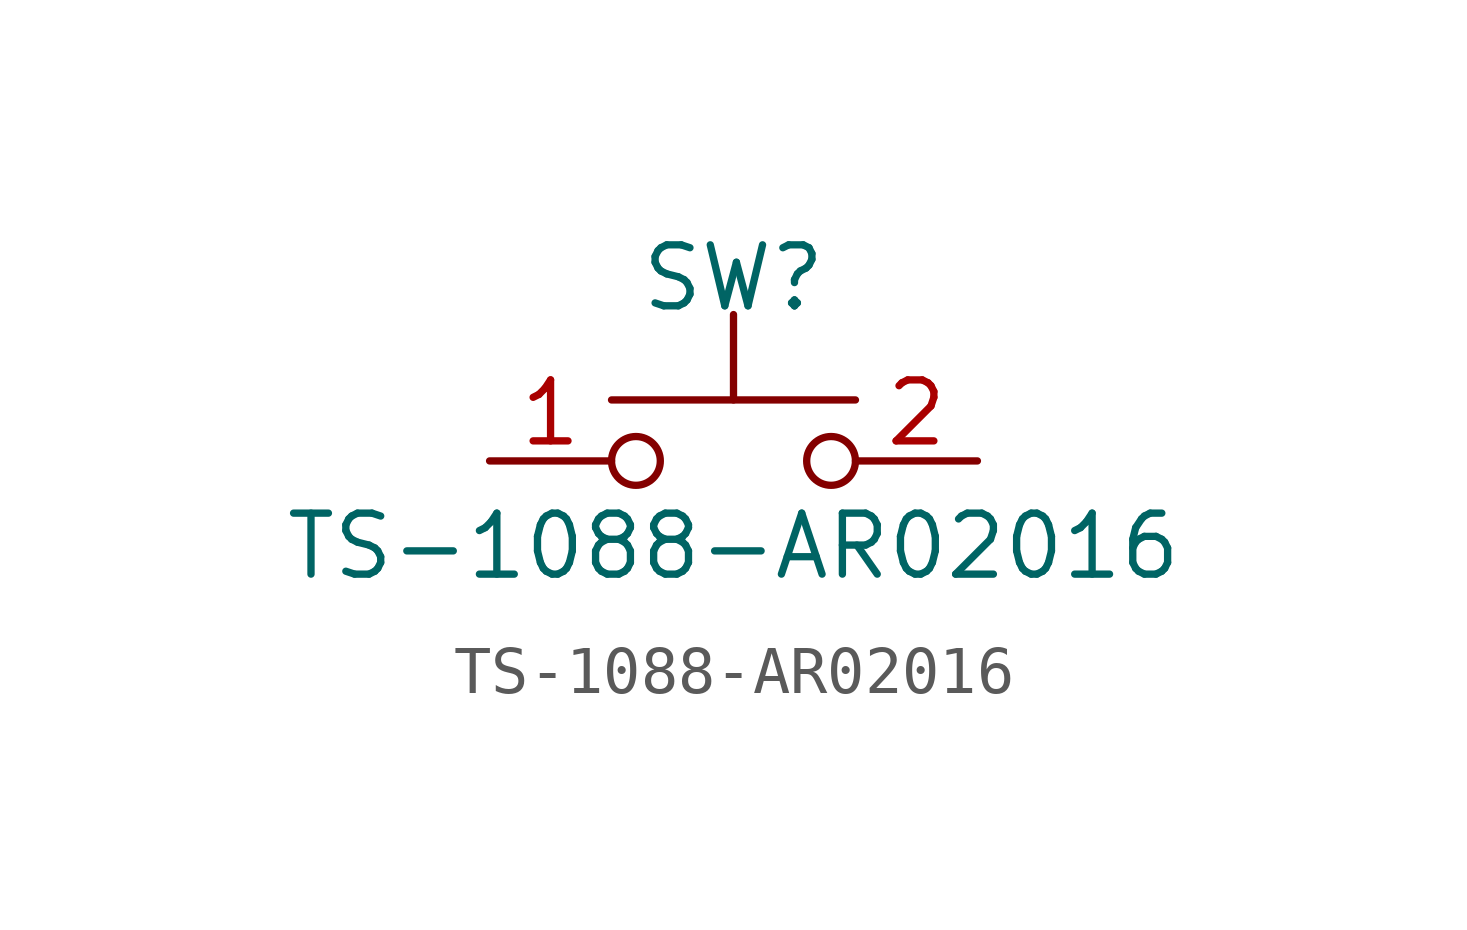
<source format=kicad_sym>
(kicad_symbol_lib
  (version 20241209)
  (generator "kicad_symbol_editor")
  (generator_version "9.0")
  (symbol "TS-1088-AR02016"
    (pin_names
      (offset 0)
      (hide yes))
    (property "Reference" "SW"
      (at 0 3.81 0)
      (effects (font (size 1.27 1.27))))
    (property "Value" "TS-1088-AR02016"
      (at 0 -1.778 0)
      (effects (font (size 1.27 1.27))))
    (symbol "TS-1088-AR02016_0_1"
      (circle (center -2.032 0) (radius 0.508) (stroke (width 0) (type default)) (fill (type none)))
      (polyline (pts (xy 0 1.27) (xy 0 3.048)) (stroke (width 0) (type default)) (fill (type none)))
      (circle (center 2.032 0) (radius 0.508) (stroke (width 0) (type default)) (fill (type none)))
      (polyline (pts (xy 2.54 1.27) (xy -2.54 1.27)) (stroke (width 0) (type default)) (fill (type none)))
      (pin passive line (at -5.08 0 0) (length 2.54) (name "1" (effects (font (size 1.27 1.27)))) (number "1" (effects (font (size 1.27 1.27)))))
      (pin passive line (at 5.08 0 180) (length 2.54) (name "2" (effects (font (size 1.27 1.27)))) (number "2" (effects (font (size 1.27 1.27))))))))
</source>
